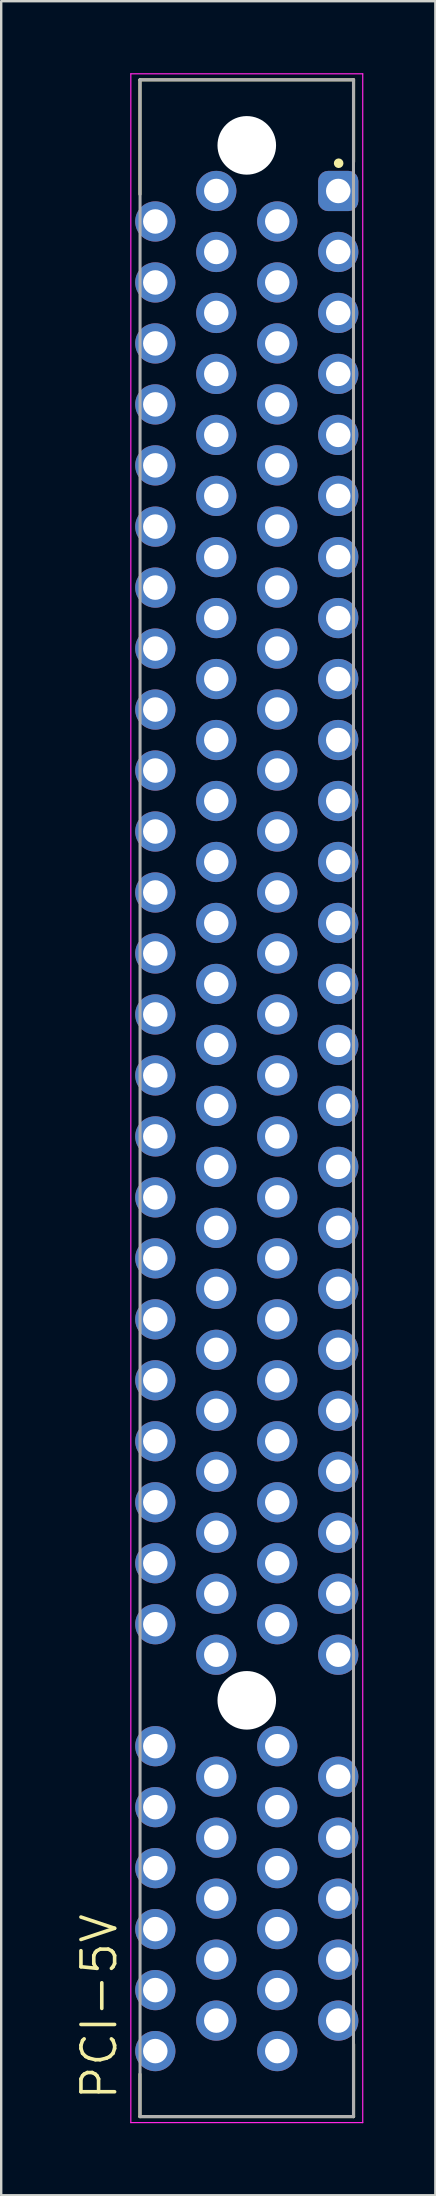
<source format=kicad_pcb>
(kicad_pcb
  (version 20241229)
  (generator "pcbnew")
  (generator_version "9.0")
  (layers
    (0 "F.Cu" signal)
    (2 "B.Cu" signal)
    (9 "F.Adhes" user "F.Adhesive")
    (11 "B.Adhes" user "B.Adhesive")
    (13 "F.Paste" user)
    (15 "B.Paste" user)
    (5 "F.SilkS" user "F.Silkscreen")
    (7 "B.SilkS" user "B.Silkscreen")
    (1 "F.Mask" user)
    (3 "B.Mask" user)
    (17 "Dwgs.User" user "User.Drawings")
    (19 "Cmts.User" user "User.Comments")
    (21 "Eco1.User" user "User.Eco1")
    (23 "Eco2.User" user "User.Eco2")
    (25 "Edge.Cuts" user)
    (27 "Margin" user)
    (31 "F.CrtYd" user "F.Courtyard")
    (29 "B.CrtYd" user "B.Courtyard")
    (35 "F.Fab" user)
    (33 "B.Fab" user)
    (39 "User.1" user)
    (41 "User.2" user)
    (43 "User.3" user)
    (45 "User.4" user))
  (footprint "PCI-5V"
    (layer "F.Cu")
    (at 7.229 43.015)
    (property "Reference" "PCI-5V" (at -6.146 37.526 90) (layer "F.SilkS") (effects (font (size 1.402 1.402) (thickness 0.15))))
    (attr through_hole)
    (fp_line (start -4.45 -42.74) (end 4.45 -42.74) (stroke (width 0.127) (type solid)) (layer "F.SilkS"))
    (fp_line (start -4.45 -37.97) (end -4.45 -42.74) (stroke (width 0.127) (type solid)) (layer "F.SilkS"))
    (fp_line (start -4.45 40.33) (end -4.45 42.1) (stroke (width 0.127) (type solid)) (layer "F.SilkS"))
    (fp_line (start -4.45 42.1) (end 4.45 42.1) (stroke (width 0.127) (type solid)) (layer "F.SilkS"))
    (fp_line (start 4.45 -42.74) (end 4.45 -39.32) (stroke (width 0.127) (type solid)) (layer "F.SilkS"))
    (fp_line (start 4.45 42.1) (end 4.45 39.08) (stroke (width 0.127) (type solid)) (layer "F.SilkS"))
    (fp_circle (center 3.827 -39.266) (end 3.827 -39.366) (stroke (width 0.2) (type solid)) (fill no) (layer "F.SilkS"))
    (fp_line (start -4.83 -42.99) (end -4.83 42.35) (stroke (width 0.05) (type solid)) (layer "F.CrtYd"))
    (fp_line (start -4.83 42.35) (end 4.83 42.35) (stroke (width 0.05) (type solid)) (layer "F.CrtYd"))
    (fp_line (start 4.83 -42.99) (end -4.83 -42.99) (stroke (width 0.05) (type solid)) (layer "F.CrtYd"))
    (fp_line (start 4.83 42.35) (end 4.83 -42.99) (stroke (width 0.05) (type solid)) (layer "F.CrtYd"))
    (fp_line (start -4.445 -42.74) (end -4.445 42.1) (stroke (width 0.127) (type solid)) (layer "F.Fab"))
    (fp_line (start -4.445 42.1) (end 4.445 42.1) (stroke (width 0.127) (type solid)) (layer "F.Fab"))
    (fp_line (start 4.445 -42.74) (end -4.445 -42.74) (stroke (width 0.127) (type solid)) (layer "F.Fab"))
    (fp_line (start 4.445 42.1) (end 4.445 -42.74) (stroke (width 0.127) (type solid)) (layer "F.Fab"))
    (pad "" np_thru_hole circle (at 0 -40.01 90) (size 2.44 2.44) (drill 2.44) (layers "*.Cu" "*.Mask"))
    (pad "" np_thru_hole circle (at 0 24.76 90) (size 2.44 2.44) (drill 2.44) (layers "*.Cu" "*.Mask"))
    (pad "A1" thru_hole roundrect (at 3.81 -38.11 90) (size 1.676 1.676) (drill 1.02) (layers "*.Cu" "*.Mask") (roundrect_rratio 0.25))
    (pad "A2" thru_hole circle (at 1.27 -36.84 90) (size 1.676 1.676) (drill 1.02) (layers "*.Cu" "*.Mask"))
    (pad "A3" thru_hole circle (at 3.81 -35.57 90) (size 1.676 1.676) (drill 1.02) (layers "*.Cu" "*.Mask"))
    (pad "A4" thru_hole circle (at 1.27 -34.3 90) (size 1.676 1.676) (drill 1.02) (layers "*.Cu" "*.Mask"))
    (pad "A5" thru_hole circle (at 3.81 -33.03 90) (size 1.676 1.676) (drill 1.02) (layers "*.Cu" "*.Mask"))
    (pad "A6" thru_hole circle (at 1.27 -31.76 90) (size 1.676 1.676) (drill 1.02) (layers "*.Cu" "*.Mask"))
    (pad "A7" thru_hole circle (at 3.81 -30.49 90) (size 1.676 1.676) (drill 1.02) (layers "*.Cu" "*.Mask"))
    (pad "A8" thru_hole circle (at 1.27 -29.22 90) (size 1.676 1.676) (drill 1.02) (layers "*.Cu" "*.Mask"))
    (pad "A9" thru_hole circle (at 3.81 -27.95 90) (size 1.676 1.676) (drill 1.02) (layers "*.Cu" "*.Mask"))
    (pad "A10" thru_hole circle (at 1.27 -26.68 90) (size 1.676 1.676) (drill 1.02) (layers "*.Cu" "*.Mask"))
    (pad "A11" thru_hole circle (at 3.81 -25.41 90) (size 1.676 1.676) (drill 1.02) (layers "*.Cu" "*.Mask"))
    (pad "A12" thru_hole circle (at 1.27 -24.13 90) (size 1.676 1.676) (drill 1.02) (layers "*.Cu" "*.Mask"))
    (pad "A13" thru_hole circle (at 3.81 -22.86 90) (size 1.676 1.676) (drill 1.02) (layers "*.Cu" "*.Mask"))
    (pad "A14" thru_hole circle (at 1.27 -21.59 90) (size 1.676 1.676) (drill 1.02) (layers "*.Cu" "*.Mask"))
    (pad "A15" thru_hole circle (at 3.81 -20.32 90) (size 1.676 1.676) (drill 1.02) (layers "*.Cu" "*.Mask"))
    (pad "A16" thru_hole circle (at 1.27 -19.05 90) (size 1.676 1.676) (drill 1.02) (layers "*.Cu" "*.Mask"))
    (pad "A17" thru_hole circle (at 3.81 -17.78 90) (size 1.676 1.676) (drill 1.02) (layers "*.Cu" "*.Mask"))
    (pad "A18" thru_hole circle (at 1.27 -16.51 90) (size 1.676 1.676) (drill 1.02) (layers "*.Cu" "*.Mask"))
    (pad "A19" thru_hole circle (at 3.81 -15.24 90) (size 1.676 1.676) (drill 1.02) (layers "*.Cu" "*.Mask"))
    (pad "A20" thru_hole circle (at 1.27 -13.97 90) (size 1.676 1.676) (drill 1.02) (layers "*.Cu" "*.Mask"))
    (pad "A21" thru_hole circle (at 3.81 -12.7 90) (size 1.676 1.676) (drill 1.02) (layers "*.Cu" "*.Mask"))
    (pad "A22" thru_hole circle (at 1.27 -11.43 90) (size 1.676 1.676) (drill 1.02) (layers "*.Cu" "*.Mask"))
    (pad "A23" thru_hole circle (at 3.81 -10.16 90) (size 1.676 1.676) (drill 1.02) (layers "*.Cu" "*.Mask"))
    (pad "A24" thru_hole circle (at 1.27 -8.89 90) (size 1.676 1.676) (drill 1.02) (layers "*.Cu" "*.Mask"))
    (pad "A25" thru_hole circle (at 3.81 -7.62 90) (size 1.676 1.676) (drill 1.02) (layers "*.Cu" "*.Mask"))
    (pad "A26" thru_hole circle (at 1.27 -6.35 90) (size 1.676 1.676) (drill 1.02) (layers "*.Cu" "*.Mask"))
    (pad "A27" thru_hole circle (at 3.81 -5.08 90) (size 1.676 1.676) (drill 1.02) (layers "*.Cu" "*.Mask"))
    (pad "A28" thru_hole circle (at 1.27 -3.81 90) (size 1.676 1.676) (drill 1.02) (layers "*.Cu" "*.Mask"))
    (pad "A29" thru_hole circle (at 3.81 -2.54 90) (size 1.676 1.676) (drill 1.02) (layers "*.Cu" "*.Mask"))
    (pad "A30" thru_hole circle (at 1.27 -1.27 90) (size 1.676 1.676) (drill 1.02) (layers "*.Cu" "*.Mask"))
    (pad "A31" thru_hole circle (at 3.81 0 90) (size 1.676 1.676) (drill 1.02) (layers "*.Cu" "*.Mask"))
    (pad "A32" thru_hole circle (at 1.27 1.27 90) (size 1.676 1.676) (drill 1.02) (layers "*.Cu" "*.Mask"))
    (pad "A33" thru_hole circle (at 3.81 2.54 90) (size 1.676 1.676) (drill 1.02) (layers "*.Cu" "*.Mask"))
    (pad "A34" thru_hole circle (at 1.27 3.81 90) (size 1.676 1.676) (drill 1.02) (layers "*.Cu" "*.Mask"))
    (pad "A35" thru_hole circle (at 3.81 5.08 90) (size 1.676 1.676) (drill 1.02) (layers "*.Cu" "*.Mask"))
    (pad "A36" thru_hole circle (at 1.27 6.35 90) (size 1.676 1.676) (drill 1.02) (layers "*.Cu" "*.Mask"))
    (pad "A37" thru_hole circle (at 3.81 7.62 90) (size 1.676 1.676) (drill 1.02) (layers "*.Cu" "*.Mask"))
    (pad "A38" thru_hole circle (at 1.27 8.89 90) (size 1.676 1.676) (drill 1.02) (layers "*.Cu" "*.Mask"))
    (pad "A39" thru_hole circle (at 3.81 10.16 90) (size 1.676 1.676) (drill 1.02) (layers "*.Cu" "*.Mask"))
    (pad "A40" thru_hole circle (at 1.27 11.43 90) (size 1.676 1.676) (drill 1.02) (layers "*.Cu" "*.Mask"))
    (pad "A41" thru_hole circle (at 3.81 12.7 90) (size 1.676 1.676) (drill 1.02) (layers "*.Cu" "*.Mask"))
    (pad "A42" thru_hole circle (at 1.27 13.97 90) (size 1.676 1.676) (drill 1.02) (layers "*.Cu" "*.Mask"))
    (pad "A43" thru_hole circle (at 3.81 15.24 90) (size 1.676 1.676) (drill 1.02) (layers "*.Cu" "*.Mask"))
    (pad "A44" thru_hole circle (at 1.27 16.51 90) (size 1.676 1.676) (drill 1.02) (layers "*.Cu" "*.Mask"))
    (pad "A45" thru_hole circle (at 3.81 17.78 90) (size 1.676 1.676) (drill 1.02) (layers "*.Cu" "*.Mask"))
    (pad "A46" thru_hole circle (at 1.27 19.05 90) (size 1.676 1.676) (drill 1.02) (layers "*.Cu" "*.Mask"))
    (pad "A47" thru_hole circle (at 3.81 20.32 90) (size 1.676 1.676) (drill 1.02) (layers "*.Cu" "*.Mask"))
    (pad "A48" thru_hole circle (at 1.27 21.59 90) (size 1.676 1.676) (drill 1.02) (layers "*.Cu" "*.Mask"))
    (pad "A49" thru_hole circle (at 3.81 22.86 90) (size 1.676 1.676) (drill 1.02) (layers "*.Cu" "*.Mask"))
    (pad "A52" thru_hole circle (at 1.27 26.67 90) (size 1.676 1.676) (drill 1.02) (layers "*.Cu" "*.Mask"))
    (pad "A53" thru_hole circle (at 3.81 27.94 90) (size 1.676 1.676) (drill 1.02) (layers "*.Cu" "*.Mask"))
    (pad "A54" thru_hole circle (at 1.27 29.21 90) (size 1.676 1.676) (drill 1.02) (layers "*.Cu" "*.Mask"))
    (pad "A55" thru_hole circle (at 3.81 30.48 90) (size 1.676 1.676) (drill 1.02) (layers "*.Cu" "*.Mask"))
    (pad "A56" thru_hole circle (at 1.27 31.75 90) (size 1.676 1.676) (drill 1.02) (layers "*.Cu" "*.Mask"))
    (pad "A57" thru_hole circle (at 3.81 33.02 90) (size 1.676 1.676) (drill 1.02) (layers "*.Cu" "*.Mask"))
    (pad "A58" thru_hole circle (at 1.27 34.29 90) (size 1.676 1.676) (drill 1.02) (layers "*.Cu" "*.Mask"))
    (pad "A59" thru_hole circle (at 3.81 35.56 90) (size 1.676 1.676) (drill 1.02) (layers "*.Cu" "*.Mask"))
    (pad "A60" thru_hole circle (at 1.27 36.83 90) (size 1.676 1.676) (drill 1.02) (layers "*.Cu" "*.Mask"))
    (pad "A61" thru_hole circle (at 3.81 38.1 90) (size 1.676 1.676) (drill 1.02) (layers "*.Cu" "*.Mask"))
    (pad "A62" thru_hole circle (at 1.27 39.37 90) (size 1.676 1.676) (drill 1.02) (layers "*.Cu" "*.Mask"))
    (pad "B1" thru_hole circle (at -1.27 -38.11 90) (size 1.676 1.676) (drill 1.02) (layers "*.Cu" "*.Mask"))
    (pad "B2" thru_hole circle (at -3.81 -36.84 90) (size 1.676 1.676) (drill 1.02) (layers "*.Cu" "*.Mask"))
    (pad "B3" thru_hole circle (at -1.27 -35.57 90) (size 1.676 1.676) (drill 1.02) (layers "*.Cu" "*.Mask"))
    (pad "B4" thru_hole circle (at -3.81 -34.3 90) (size 1.676 1.676) (drill 1.02) (layers "*.Cu" "*.Mask"))
    (pad "B5" thru_hole circle (at -1.27 -33.03 90) (size 1.676 1.676) (drill 1.02) (layers "*.Cu" "*.Mask"))
    (pad "B6" thru_hole circle (at -3.81 -31.76 90) (size 1.676 1.676) (drill 1.02) (layers "*.Cu" "*.Mask"))
    (pad "B7" thru_hole circle (at -1.27 -30.49 90) (size 1.676 1.676) (drill 1.02) (layers "*.Cu" "*.Mask"))
    (pad "B8" thru_hole circle (at -3.81 -29.22 90) (size 1.676 1.676) (drill 1.02) (layers "*.Cu" "*.Mask"))
    (pad "B9" thru_hole circle (at -1.27 -27.95 90) (size 1.676 1.676) (drill 1.02) (layers "*.Cu" "*.Mask"))
    (pad "B10" thru_hole circle (at -3.81 -26.68 90) (size 1.676 1.676) (drill 1.02) (layers "*.Cu" "*.Mask"))
    (pad "B11" thru_hole circle (at -1.27 -25.41 90) (size 1.676 1.676) (drill 1.02) (layers "*.Cu" "*.Mask"))
    (pad "B12" thru_hole circle (at -3.81 -24.13 90) (size 1.676 1.676) (drill 1.02) (layers "*.Cu" "*.Mask"))
    (pad "B13" thru_hole circle (at -1.27 -22.86 90) (size 1.676 1.676) (drill 1.02) (layers "*.Cu" "*.Mask"))
    (pad "B14" thru_hole circle (at -3.81 -21.59 90) (size 1.676 1.676) (drill 1.02) (layers "*.Cu" "*.Mask"))
    (pad "B15" thru_hole circle (at -1.27 -20.32 90) (size 1.676 1.676) (drill 1.02) (layers "*.Cu" "*.Mask"))
    (pad "B16" thru_hole circle (at -3.81 -19.05 90) (size 1.676 1.676) (drill 1.02) (layers "*.Cu" "*.Mask"))
    (pad "B17" thru_hole circle (at -1.27 -17.78 90) (size 1.676 1.676) (drill 1.02) (layers "*.Cu" "*.Mask"))
    (pad "B18" thru_hole circle (at -3.81 -16.51 90) (size 1.676 1.676) (drill 1.02) (layers "*.Cu" "*.Mask"))
    (pad "B19" thru_hole circle (at -1.27 -15.24 90) (size 1.676 1.676) (drill 1.02) (layers "*.Cu" "*.Mask"))
    (pad "B20" thru_hole circle (at -3.81 -13.97 90) (size 1.676 1.676) (drill 1.02) (layers "*.Cu" "*.Mask"))
    (pad "B21" thru_hole circle (at -1.27 -12.7 90) (size 1.676 1.676) (drill 1.02) (layers "*.Cu" "*.Mask"))
    (pad "B22" thru_hole circle (at -3.81 -11.43 90) (size 1.676 1.676) (drill 1.02) (layers "*.Cu" "*.Mask"))
    (pad "B23" thru_hole circle (at -1.27 -10.16 90) (size 1.676 1.676) (drill 1.02) (layers "*.Cu" "*.Mask"))
    (pad "B24" thru_hole circle (at -3.81 -8.89 90) (size 1.676 1.676) (drill 1.02) (layers "*.Cu" "*.Mask"))
    (pad "B25" thru_hole circle (at -1.27 -7.62 90) (size 1.676 1.676) (drill 1.02) (layers "*.Cu" "*.Mask"))
    (pad "B26" thru_hole circle (at -3.81 -6.35 90) (size 1.676 1.676) (drill 1.02) (layers "*.Cu" "*.Mask"))
    (pad "B27" thru_hole circle (at -1.27 -5.08 90) (size 1.676 1.676) (drill 1.02) (layers "*.Cu" "*.Mask"))
    (pad "B28" thru_hole circle (at -3.81 -3.81 90) (size 1.676 1.676) (drill 1.02) (layers "*.Cu" "*.Mask"))
    (pad "B29" thru_hole circle (at -1.27 -2.54 90) (size 1.676 1.676) (drill 1.02) (layers "*.Cu" "*.Mask"))
    (pad "B30" thru_hole circle (at -3.81 -1.27 90) (size 1.676 1.676) (drill 1.02) (layers "*.Cu" "*.Mask"))
    (pad "B31" thru_hole circle (at -1.27 0 90) (size 1.676 1.676) (drill 1.02) (layers "*.Cu" "*.Mask"))
    (pad "B32" thru_hole circle (at -3.81 1.27 90) (size 1.676 1.676) (drill 1.02) (layers "*.Cu" "*.Mask"))
    (pad "B33" thru_hole circle (at -1.27 2.54 90) (size 1.676 1.676) (drill 1.02) (layers "*.Cu" "*.Mask"))
    (pad "B34" thru_hole circle (at -3.81 3.81 90) (size 1.676 1.676) (drill 1.02) (layers "*.Cu" "*.Mask"))
    (pad "B35" thru_hole circle (at -1.27 5.08 90) (size 1.676 1.676) (drill 1.02) (layers "*.Cu" "*.Mask"))
    (pad "B36" thru_hole circle (at -3.81 6.35 90) (size 1.676 1.676) (drill 1.02) (layers "*.Cu" "*.Mask"))
    (pad "B37" thru_hole circle (at -1.27 7.62 90) (size 1.676 1.676) (drill 1.02) (layers "*.Cu" "*.Mask"))
    (pad "B38" thru_hole circle (at -3.81 8.89 90) (size 1.676 1.676) (drill 1.02) (layers "*.Cu" "*.Mask"))
    (pad "B39" thru_hole circle (at -1.27 10.16 90) (size 1.676 1.676) (drill 1.02) (layers "*.Cu" "*.Mask"))
    (pad "B40" thru_hole circle (at -3.81 11.43 90) (size 1.676 1.676) (drill 1.02) (layers "*.Cu" "*.Mask"))
    (pad "B41" thru_hole circle (at -1.27 12.7 90) (size 1.676 1.676) (drill 1.02) (layers "*.Cu" "*.Mask"))
    (pad "B42" thru_hole circle (at -3.81 13.97 90) (size 1.676 1.676) (drill 1.02) (layers "*.Cu" "*.Mask"))
    (pad "B43" thru_hole circle (at -1.27 15.24 90) (size 1.676 1.676) (drill 1.02) (layers "*.Cu" "*.Mask"))
    (pad "B44" thru_hole circle (at -3.81 16.51 90) (size 1.676 1.676) (drill 1.02) (layers "*.Cu" "*.Mask"))
    (pad "B45" thru_hole circle (at -1.27 17.78 90) (size 1.676 1.676) (drill 1.02) (layers "*.Cu" "*.Mask"))
    (pad "B46" thru_hole circle (at -3.81 19.05 90) (size 1.676 1.676) (drill 1.02) (layers "*.Cu" "*.Mask"))
    (pad "B47" thru_hole circle (at -1.27 20.32 90) (size 1.676 1.676) (drill 1.02) (layers "*.Cu" "*.Mask"))
    (pad "B48" thru_hole circle (at -3.81 21.59 90) (size 1.676 1.676) (drill 1.02) (layers "*.Cu" "*.Mask"))
    (pad "B49" thru_hole circle (at -1.27 22.86 90) (size 1.676 1.676) (drill 1.02) (layers "*.Cu" "*.Mask"))
    (pad "B52" thru_hole circle (at -3.81 26.67 90) (size 1.676 1.676) (drill 1.02) (layers "*.Cu" "*.Mask"))
    (pad "B53" thru_hole circle (at -1.27 27.94 90) (size 1.676 1.676) (drill 1.02) (layers "*.Cu" "*.Mask"))
    (pad "B54" thru_hole circle (at -3.81 29.21 90) (size 1.676 1.676) (drill 1.02) (layers "*.Cu" "*.Mask"))
    (pad "B55" thru_hole circle (at -1.27 30.48 90) (size 1.676 1.676) (drill 1.02) (layers "*.Cu" "*.Mask"))
    (pad "B56" thru_hole circle (at -3.81 31.75 90) (size 1.676 1.676) (drill 1.02) (layers "*.Cu" "*.Mask"))
    (pad "B57" thru_hole circle (at -1.27 33.02 90) (size 1.676 1.676) (drill 1.02) (layers "*.Cu" "*.Mask"))
    (pad "B58" thru_hole circle (at -3.81 34.29 90) (size 1.676 1.676) (drill 1.02) (layers "*.Cu" "*.Mask"))
    (pad "B59" thru_hole circle (at -1.27 35.56 90) (size 1.676 1.676) (drill 1.02) (layers "*.Cu" "*.Mask"))
    (pad "B60" thru_hole circle (at -3.81 36.83 90) (size 1.676 1.676) (drill 1.02) (layers "*.Cu" "*.Mask"))
    (pad "B61" thru_hole circle (at -1.27 38.1 90) (size 1.676 1.676) (drill 1.02) (layers "*.Cu" "*.Mask"))
    (pad "B62" thru_hole circle (at -3.81 39.37 90) (size 1.676 1.676) (drill 1.02) (layers "*.Cu" "*.Mask")))
  (gr_rect
    (start -3 -3)
    (end 15.084 88.39)
    (stroke (width 0.1) (type default))
    (fill no)
    (layer "Edge.Cuts")))
</source>
